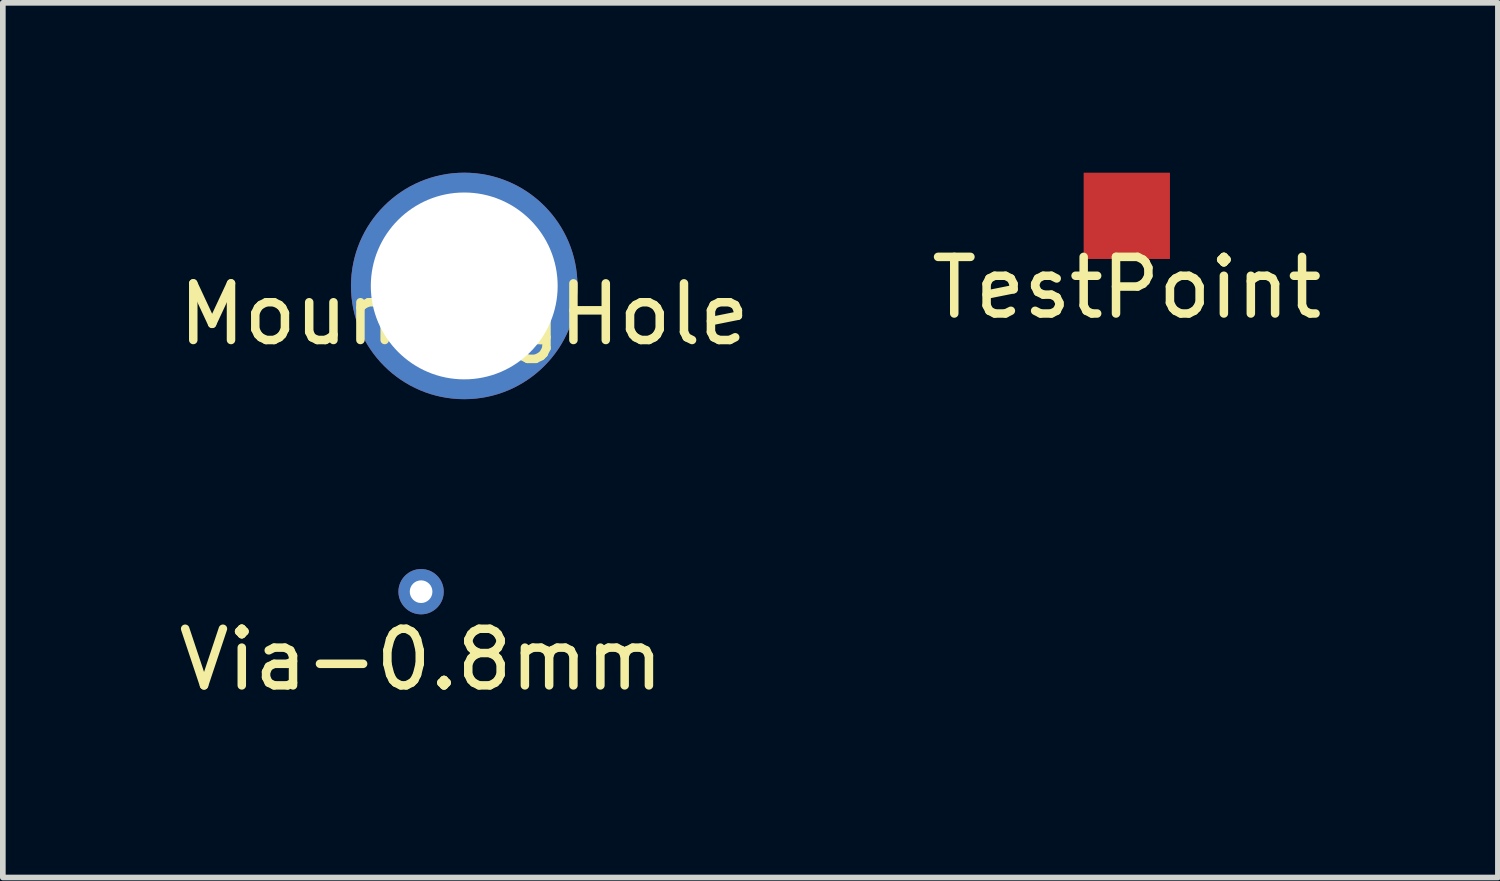
<source format=kicad_pcb>
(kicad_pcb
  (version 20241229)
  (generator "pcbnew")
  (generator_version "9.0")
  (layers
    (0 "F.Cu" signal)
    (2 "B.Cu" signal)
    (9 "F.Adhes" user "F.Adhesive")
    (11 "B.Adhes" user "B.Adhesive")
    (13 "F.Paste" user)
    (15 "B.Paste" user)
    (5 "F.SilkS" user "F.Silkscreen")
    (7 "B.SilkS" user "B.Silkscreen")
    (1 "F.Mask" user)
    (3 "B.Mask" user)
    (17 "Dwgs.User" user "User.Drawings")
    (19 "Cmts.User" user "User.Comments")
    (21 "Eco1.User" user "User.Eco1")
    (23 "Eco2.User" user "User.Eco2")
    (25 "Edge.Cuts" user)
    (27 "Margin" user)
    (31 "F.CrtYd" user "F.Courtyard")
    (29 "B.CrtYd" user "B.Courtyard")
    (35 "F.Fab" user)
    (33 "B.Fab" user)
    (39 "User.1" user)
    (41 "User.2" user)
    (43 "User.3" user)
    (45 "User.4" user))
  (footprint "TestPoint"
    (layer "F.Cu")
    (at 16.851 0.762)
    (property "Reference" "TestPoint" (at 0 1.27 0) (layer "F.SilkS") (effects (font (size 1 1) (thickness 0.15))))
    (attr through_hole)
    (pad "1" smd rect (at 0 0) (size 1.524 1.524) (layers "F.Cu" "F.Mask" "F.Paste")))
  (footprint "MountingHole"
    (layer "F.Cu")
    (at 5.149 2)
    (property "Reference" "MountingHole" (at 0 0.5 0) (layer "F.SilkS") (effects (font (size 1 1) (thickness 0.15))))
    (attr through_hole)
    (pad "1" thru_hole circle (at 0 0) (size 4 4) (drill 3.3) (layers "*.Cu" "*.Mask")))
  (footprint "Via-0.8mm"
    (layer "F.Cu")
    (at 4.387 7.4)
    (property "Reference" "Via-0.8mm" (at 0 1.2 0) (layer "F.SilkS") (effects (font (size 1 1) (thickness 0.15))))
    (attr through_hole)
    (pad "1" thru_hole circle (at 0 0) (size 0.8 0.8) (drill 0.4) (layers "*.Cu" "*.Mask")))
  (gr_rect
    (start -3 -3)
    (end 23.405 12.448)
    (stroke (width 0.1) (type default))
    (fill no)
    (layer "Edge.Cuts")))
</source>
